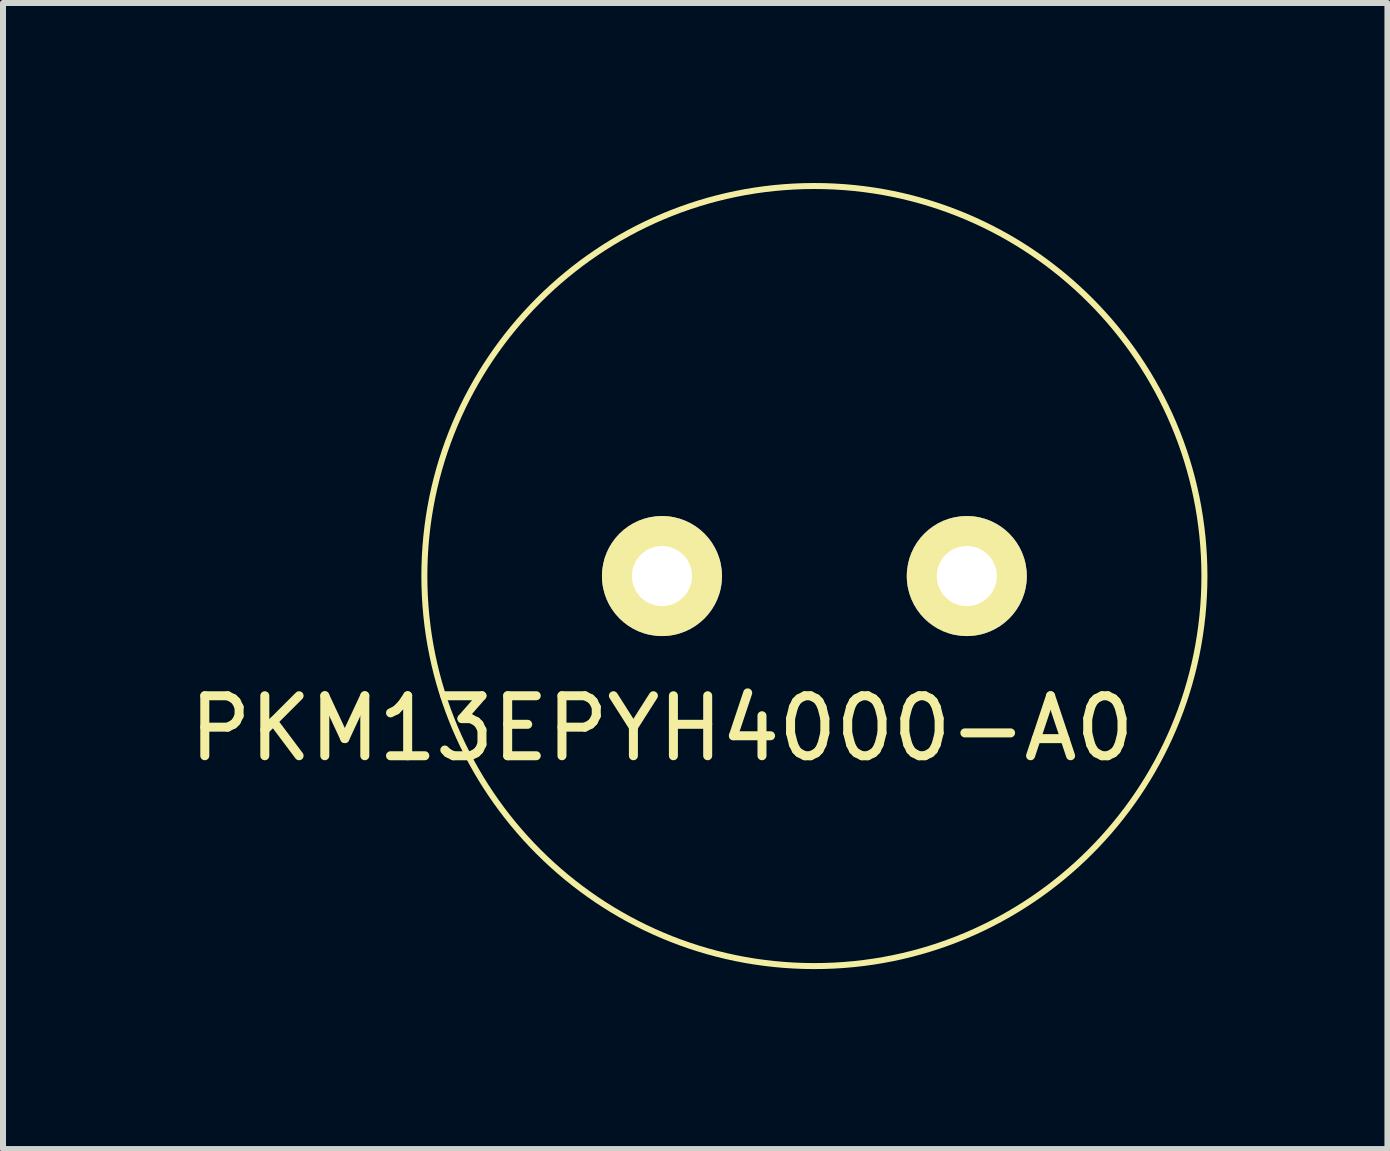
<source format=kicad_pcb>
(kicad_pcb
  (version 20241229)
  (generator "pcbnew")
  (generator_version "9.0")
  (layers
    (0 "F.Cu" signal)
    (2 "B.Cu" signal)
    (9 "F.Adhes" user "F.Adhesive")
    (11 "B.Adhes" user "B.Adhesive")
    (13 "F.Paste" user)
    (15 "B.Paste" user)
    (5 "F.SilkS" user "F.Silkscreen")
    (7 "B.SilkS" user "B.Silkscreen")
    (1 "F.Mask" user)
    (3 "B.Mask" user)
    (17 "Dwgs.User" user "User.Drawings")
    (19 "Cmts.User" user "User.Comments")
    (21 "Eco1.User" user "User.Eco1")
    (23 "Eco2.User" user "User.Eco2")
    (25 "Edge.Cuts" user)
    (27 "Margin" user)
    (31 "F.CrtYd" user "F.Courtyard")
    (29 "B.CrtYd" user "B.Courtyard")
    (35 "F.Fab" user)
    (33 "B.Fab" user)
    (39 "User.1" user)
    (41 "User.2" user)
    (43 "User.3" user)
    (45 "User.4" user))
  (footprint "PKM13EPYH4000-A0"
    (layer "F.Cu")
    (at 10.522 6.55)
    (property "Reference" "PKM13EPYH4000-A0" (at -2.54 2.54 0) (layer "F.SilkS") (effects (font (size 1 1) (thickness 0.15))))
    (attr through_hole)
    (fp_circle (center 0 0) (end 6.5 0) (stroke (width 0.1) (type solid)) (fill no) (layer "F.SilkS"))
    (pad "1" thru_hole circle (at -2.54 0) (size 2 2) (drill 1.001) (layers "*.Cu" "*.Mask" "F.SilkS"))
    (pad "2" thru_hole circle (at 2.54 0) (size 2 2) (drill 1.001) (layers "*.Cu" "*.Mask" "F.SilkS")))
  (gr_rect
    (start -3 -3)
    (end 20.072 16.1)
    (stroke (width 0.1) (type default))
    (fill no)
    (layer "Edge.Cuts")))
</source>
